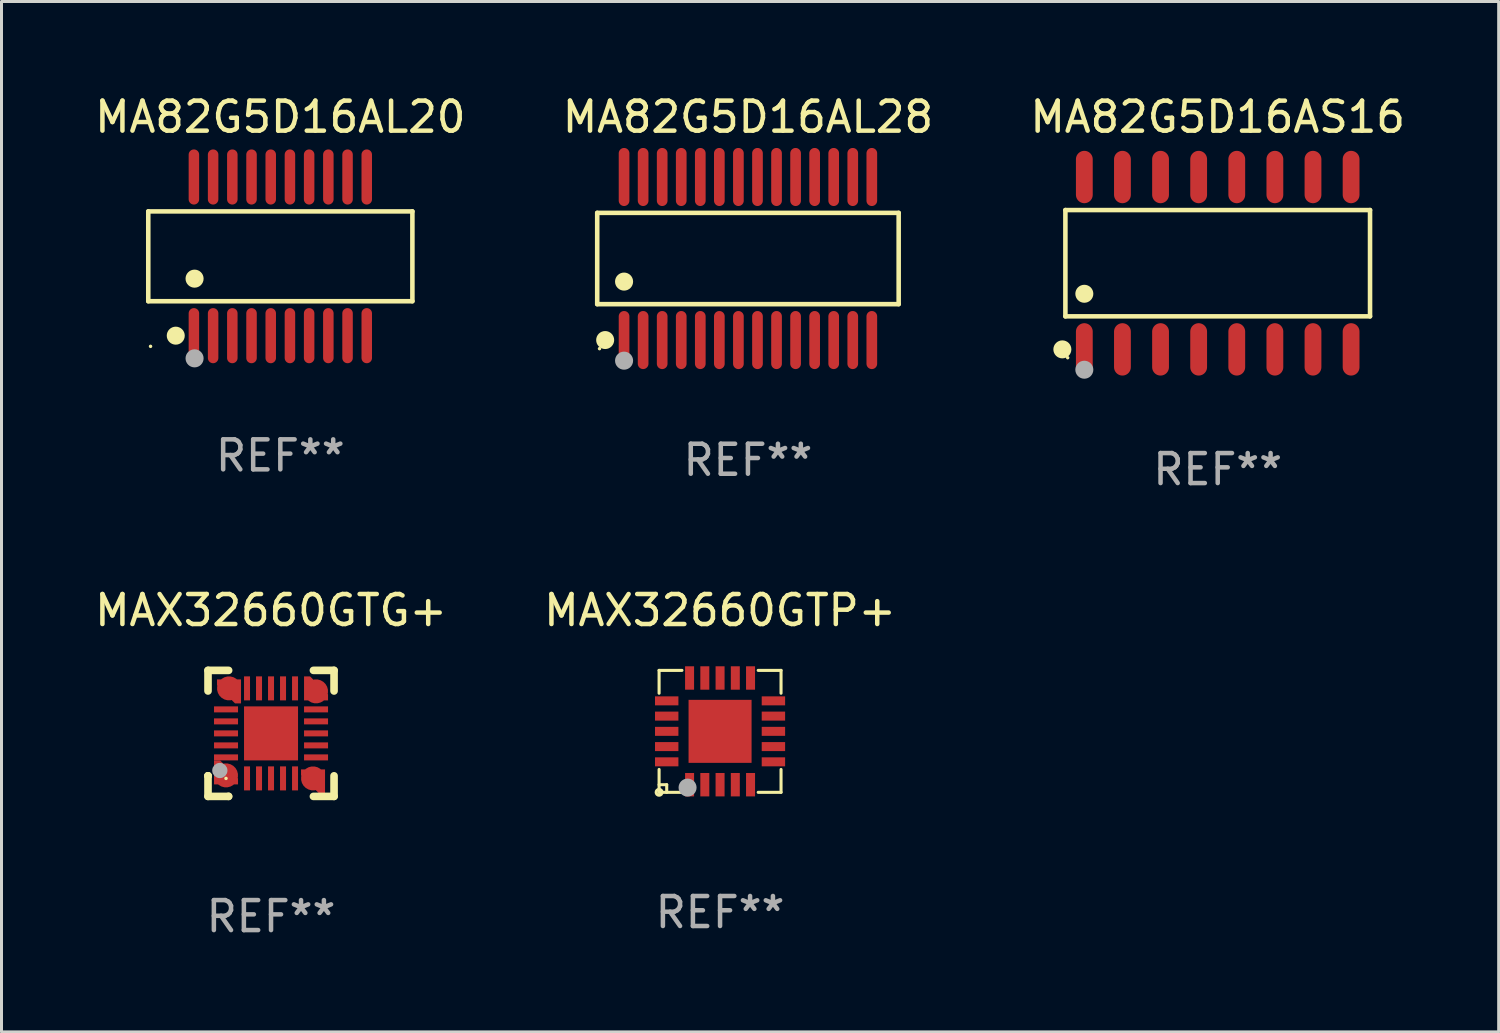
<source format=kicad_pcb>
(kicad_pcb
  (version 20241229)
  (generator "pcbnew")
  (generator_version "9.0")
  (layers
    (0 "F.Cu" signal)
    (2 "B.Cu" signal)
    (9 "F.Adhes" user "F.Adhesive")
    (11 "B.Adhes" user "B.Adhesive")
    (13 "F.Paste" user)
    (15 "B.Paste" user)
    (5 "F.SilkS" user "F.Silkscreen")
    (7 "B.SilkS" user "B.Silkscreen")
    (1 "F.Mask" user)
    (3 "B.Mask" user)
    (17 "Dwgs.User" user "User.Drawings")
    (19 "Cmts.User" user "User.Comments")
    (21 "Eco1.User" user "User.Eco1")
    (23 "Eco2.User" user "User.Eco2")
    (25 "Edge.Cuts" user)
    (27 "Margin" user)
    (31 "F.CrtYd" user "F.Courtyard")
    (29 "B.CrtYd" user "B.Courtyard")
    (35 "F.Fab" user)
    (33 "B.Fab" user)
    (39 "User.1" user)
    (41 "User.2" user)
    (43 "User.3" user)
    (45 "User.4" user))
  (footprint "MAX32660GTG+"
    (layer "F.Cu")
    (at 5.982 21.39)
    (property "Reference" "MAX32660GTG+" (at 0 -4.1 0) (layer "F.SilkS") (effects (font (size 1 1) (thickness 0.15))))
    (attr through_hole)
    (fp_line (start -2.1 -2.1) (end -1.413 -2.1) (stroke (width 0.254) (type solid)) (layer "F.SilkS"))
    (fp_line (start -2.1 -1.413) (end -2.1 -2.1) (stroke (width 0.254) (type solid)) (layer "F.SilkS"))
    (fp_line (start -2.1 1.413) (end -2.1 1.414) (stroke (width 0.254) (type solid)) (layer "F.SilkS"))
    (fp_line (start -2.1 1.414) (end -2.098 1.416) (stroke (width 0.254) (type solid)) (layer "F.SilkS"))
    (fp_line (start -2.1 2.1) (end -2.1 1.413) (stroke (width 0.254) (type solid)) (layer "F.SilkS"))
    (fp_line (start -1.415 2.098) (end -1.414 2.1) (stroke (width 0.254) (type solid)) (layer "F.SilkS"))
    (fp_line (start -1.414 2.1) (end -2.1 2.1) (stroke (width 0.254) (type solid)) (layer "F.SilkS"))
    (fp_line (start 1.413 -2.1) (end 2.1 -2.1) (stroke (width 0.254) (type solid)) (layer "F.SilkS"))
    (fp_line (start 2.1 -2.1) (end 2.1 -1.413) (stroke (width 0.254) (type solid)) (layer "F.SilkS"))
    (fp_line (start 2.1 1.414) (end 2.1 2.1) (stroke (width 0.254) (type solid)) (layer "F.SilkS"))
    (fp_line (start 2.1 2.1) (end 1.413 2.1) (stroke (width 0.254) (type solid)) (layer "F.SilkS"))
    (fp_circle (center -1.5 1.5) (end -1.47 1.5) (stroke (width 0.06) (type solid)) (fill no) (layer "F.SilkS"))
    (fp_circle (center -1.706 1.237) (end -1.579 1.237) (stroke (width 0.254) (type solid)) (fill no) (layer "F.Fab"))
    (fp_text user "REF**" (at 0 6.1 0) (layer "F.Fab") (effects (font (size 1 1) (thickness 0.15))))
    (pad "1" smd custom (at -1.5 1.4 180) (size 0.8 0.8) (layers "F.Cu" "F.Mask" "F.Paste") (options (anchor circle)) (primitives (gr_poly (pts (xy 0.4 0.5) (xy 0.4 -0.3) (xy -0.4 -0.3) (xy -0.4 -0.1) (xy 0.2 0.5)) (width 0) (fill yes))))
    (pad "2" smd rect (at -0.8 1.5) (size 0.2 0.8) (layers "F.Cu" "F.Mask" "F.Paste"))
    (pad "3" smd rect (at -0.4 1.5) (size 0.2 0.8) (layers "F.Cu" "F.Mask" "F.Paste"))
    (pad "4" smd rect (at 0.000127 1.5) (size 0.2 0.8) (layers "F.Cu" "F.Mask" "F.Paste"))
    (pad "5" smd rect (at 0.4 1.5) (size 0.2 0.8) (layers "F.Cu" "F.Mask" "F.Paste"))
    (pad "6" smd rect (at 0.8 1.5) (size 0.2 0.8) (layers "F.Cu" "F.Mask" "F.Paste"))
    (pad "7" smd custom (at 1.4 1.5 270) (size 0.8 0.8) (layers "F.Cu" "F.Mask" "F.Paste") (options (anchor circle)) (primitives (gr_poly (pts (xy 0.5 -0.4) (xy -0.3 -0.4) (xy -0.3 0.4) (xy -0.1 0.4) (xy 0.5 -0.2)) (width 0) (fill yes))))
    (pad "8" smd rect (at 1.5 0.8) (size 0.8 0.2) (layers "F.Cu" "F.Mask" "F.Paste"))
    (pad "9" smd rect (at 1.5 0.4) (size 0.8 0.2) (layers "F.Cu" "F.Mask" "F.Paste"))
    (pad "10" smd rect (at 1.5 0.000127) (size 0.8 0.2) (layers "F.Cu" "F.Mask" "F.Paste"))
    (pad "11" smd rect (at 1.5 -0.4) (size 0.8 0.2) (layers "F.Cu" "F.Mask" "F.Paste"))
    (pad "12" smd rect (at 1.5 -0.8) (size 0.8 0.2) (layers "F.Cu" "F.Mask" "F.Paste"))
    (pad "13" smd custom (at 1.5 -1.4) (size 0.8 0.8) (layers "F.Cu" "F.Mask" "F.Paste") (options (anchor circle)) (primitives (gr_poly (pts (xy -0.4 -0.5) (xy -0.4 0.3) (xy 0.4 0.3) (xy 0.4 0.1) (xy -0.2 -0.5)) (width 0) (fill yes))))
    (pad "14" smd rect (at 0.8 -1.5) (size 0.2 0.8) (layers "F.Cu" "F.Mask" "F.Paste"))
    (pad "15" smd rect (at 0.4 -1.5) (size 0.2 0.8) (layers "F.Cu" "F.Mask" "F.Paste"))
    (pad "16" smd rect (at 0.000127 -1.5) (size 0.2 0.8) (layers "F.Cu" "F.Mask" "F.Paste"))
    (pad "17" smd rect (at -0.4 -1.5) (size 0.2 0.8) (layers "F.Cu" "F.Mask" "F.Paste"))
    (pad "18" smd rect (at -0.8 -1.5) (size 0.2 0.8) (layers "F.Cu" "F.Mask" "F.Paste"))
    (pad "19" smd custom (at -1.4 -1.5 90) (size 0.8 0.8) (layers "F.Cu" "F.Mask" "F.Paste") (options (anchor circle)) (primitives (gr_poly (pts (xy -0.5 0.4) (xy 0.3 0.4) (xy 0.3 -0.4) (xy 0.1 -0.4) (xy -0.5 0.2)) (width 0) (fill yes))))
    (pad "20" smd rect (at -1.5 -0.8) (size 0.8 0.2) (layers "F.Cu" "F.Mask" "F.Paste"))
    (pad "21" smd rect (at -1.5 -0.4) (size 0.8 0.2) (layers "F.Cu" "F.Mask" "F.Paste"))
    (pad "22" smd rect (at -1.5 0.000127) (size 0.8 0.2) (layers "F.Cu" "F.Mask" "F.Paste"))
    (pad "23" smd rect (at -1.5 0.4) (size 0.8 0.2) (layers "F.Cu" "F.Mask" "F.Paste"))
    (pad "24" smd rect (at -1.5 0.8 180) (size 0.8 0.2) (layers "F.Cu" "F.Mask" "F.Paste"))
    (pad "25" smd rect (at 0.000127 0.000127) (size 1.8 1.8) (layers "F.Cu" "F.Mask" "F.Paste")))
  (footprint "MA82G5D16AL20"
    (layer "F.Cu")
    (at 6.292 5.492)
    (property "Reference" "MA82G5D16AL20" (at 0 -4.644 0) (layer "F.SilkS") (effects (font (size 1 1) (thickness 0.15))))
    (attr through_hole)
    (fp_line (start -4.401 -1.497) (end 4.401 -1.497) (stroke (width 0.152) (type solid)) (layer "F.SilkS"))
    (fp_line (start -4.401 1.496) (end -4.401 -1.497) (stroke (width 0.152) (type solid)) (layer "F.SilkS"))
    (fp_line (start 4.401 -1.497) (end 4.401 1.496) (stroke (width 0.152) (type solid)) (layer "F.SilkS"))
    (fp_line (start 4.401 1.496) (end -4.401 1.496) (stroke (width 0.152) (type solid)) (layer "F.SilkS"))
    (fp_circle (center -4.325 3) (end -4.295 3) (stroke (width 0.06) (type solid)) (fill no) (layer "F.SilkS"))
    (fp_circle (center -3.485 2.644) (end -3.335 2.644) (stroke (width 0.3) (type solid)) (fill no) (layer "F.SilkS"))
    (fp_circle (center -2.858 0.744) (end -2.707 0.744) (stroke (width 0.3) (type solid)) (fill no) (layer "F.SilkS"))
    (fp_circle (center -2.858 3.4) (end -2.707 3.4) (stroke (width 0.3) (type solid)) (fill no) (layer "F.Fab"))
    (fp_text user "REF**" (at 0 6.644 0) (layer "F.Fab") (effects (font (size 1 1) (thickness 0.15))))
    (pad "1" smd oval (at -2.88 2.644) (size 0.35 1.837) (layers "F.Cu" "F.Mask" "F.Paste"))
    (pad "2" smd oval (at -2.24 2.644) (size 0.35 1.837) (layers "F.Cu" "F.Mask" "F.Paste"))
    (pad "3" smd oval (at -1.6 2.644) (size 0.35 1.837) (layers "F.Cu" "F.Mask" "F.Paste"))
    (pad "4" smd oval (at -0.96 2.644) (size 0.35 1.837) (layers "F.Cu" "F.Mask" "F.Paste"))
    (pad "5" smd oval (at -0.32 2.644) (size 0.35 1.837) (layers "F.Cu" "F.Mask" "F.Paste"))
    (pad "6" smd oval (at 0.32 2.644) (size 0.35 1.837) (layers "F.Cu" "F.Mask" "F.Paste"))
    (pad "7" smd oval (at 0.96 2.644) (size 0.35 1.837) (layers "F.Cu" "F.Mask" "F.Paste"))
    (pad "8" smd oval (at 1.6 2.644) (size 0.35 1.837) (layers "F.Cu" "F.Mask" "F.Paste"))
    (pad "9" smd oval (at 2.24 2.644) (size 0.35 1.837) (layers "F.Cu" "F.Mask" "F.Paste"))
    (pad "10" smd oval (at 2.88 2.644) (size 0.35 1.837) (layers "F.Cu" "F.Mask" "F.Paste"))
    (pad "11" smd oval (at 2.88 -2.644 180) (size 0.35 1.837) (layers "F.Cu" "F.Mask" "F.Paste"))
    (pad "12" smd oval (at 2.24 -2.644 180) (size 0.35 1.837) (layers "F.Cu" "F.Mask" "F.Paste"))
    (pad "13" smd oval (at 1.6 -2.644 180) (size 0.35 1.837) (layers "F.Cu" "F.Mask" "F.Paste"))
    (pad "14" smd oval (at 0.96 -2.644 180) (size 0.35 1.837) (layers "F.Cu" "F.Mask" "F.Paste"))
    (pad "15" smd oval (at 0.32 -2.644 180) (size 0.35 1.837) (layers "F.Cu" "F.Mask" "F.Paste"))
    (pad "16" smd oval (at -0.32 -2.644 180) (size 0.35 1.837) (layers "F.Cu" "F.Mask" "F.Paste"))
    (pad "17" smd oval (at -0.96 -2.644 180) (size 0.35 1.837) (layers "F.Cu" "F.Mask" "F.Paste"))
    (pad "18" smd oval (at -1.6 -2.644 180) (size 0.35 1.837) (layers "F.Cu" "F.Mask" "F.Paste"))
    (pad "19" smd oval (at -2.24 -2.644 180) (size 0.35 1.837) (layers "F.Cu" "F.Mask" "F.Paste"))
    (pad "20" smd oval (at -2.88 -2.644 180) (size 0.35 1.837) (layers "F.Cu" "F.Mask" "F.Paste")))
  (footprint "MAX32660GTP+"
    (layer "F.Cu")
    (at 20.946 21.322)
    (property "Reference" "MAX32660GTP+" (at 0 -4.032 0) (layer "F.SilkS") (effects (font (size 1 1) (thickness 0.15))))
    (attr through_hole)
    (fp_line (start -2.032 -2.032) (end -1.27 -2.032) (stroke (width 0.102) (type solid)) (layer "F.SilkS"))
    (fp_line (start -2.032 -1.27) (end -2.032 -2.032) (stroke (width 0.102) (type solid)) (layer "F.SilkS"))
    (fp_line (start -2.032 1.778) (end -1.778 1.778) (stroke (width 0.102) (type solid)) (layer "F.SilkS"))
    (fp_line (start -2.032 2.032) (end -2.032 1.27) (stroke (width 0.102) (type solid)) (layer "F.SilkS"))
    (fp_line (start -1.778 1.778) (end -1.778 2.032) (stroke (width 0.102) (type solid)) (layer "F.SilkS"))
    (fp_line (start -1.27 2.032) (end -2.032 2.032) (stroke (width 0.102) (type solid)) (layer "F.SilkS"))
    (fp_line (start 1.27 -2.032) (end 2.032 -2.032) (stroke (width 0.102) (type solid)) (layer "F.SilkS"))
    (fp_line (start 1.27 2.032) (end 2.032 2.032) (stroke (width 0.102) (type solid)) (layer "F.SilkS"))
    (fp_line (start 2.032 -2.032) (end 2.032 -1.27) (stroke (width 0.102) (type solid)) (layer "F.SilkS"))
    (fp_line (start 2.032 2.032) (end 2.032 1.27) (stroke (width 0.102) (type solid)) (layer "F.SilkS"))
    (fp_circle (center -2.032 2.032) (end -1.933 2.032) (stroke (width 0.1) (type solid)) (fill no) (layer "F.SilkS"))
    (fp_circle (center -2.002 2) (end -1.972 2) (stroke (width 0.06) (type solid)) (fill no) (layer "F.SilkS"))
    (fp_circle (center -1.083 1.874) (end -0.933 1.874) (stroke (width 0.3) (type solid)) (fill no) (layer "F.Fab"))
    (fp_text user "REF**" (at 0 6.032 0) (layer "F.Fab") (effects (font (size 1 1) (thickness 0.15))))
    (pad "1" smd rect (at -1.016 1.778 180) (size 0.3 0.78) (layers "F.Cu" "F.Mask" "F.Paste"))
    (pad "2" smd rect (at -0.508 1.778 180) (size 0.3 0.78) (layers "F.Cu" "F.Mask" "F.Paste"))
    (pad "3" smd rect (at 0.000254 1.778 180) (size 0.3 0.78) (layers "F.Cu" "F.Mask" "F.Paste"))
    (pad "4" smd rect (at 0.508 1.778 180) (size 0.3 0.78) (layers "F.Cu" "F.Mask" "F.Paste"))
    (pad "5" smd rect (at 1.016 1.778 180) (size 0.3 0.78) (layers "F.Cu" "F.Mask" "F.Paste"))
    (pad "6" smd rect (at 1.778 1.016 270) (size 0.3 0.78) (layers "F.Cu" "F.Mask" "F.Paste"))
    (pad "7" smd rect (at 1.778 0.508 270) (size 0.3 0.78) (layers "F.Cu" "F.Mask" "F.Paste"))
    (pad "8" smd rect (at 1.778 0 270) (size 0.3 0.78) (layers "F.Cu" "F.Mask" "F.Paste"))
    (pad "9" smd rect (at 1.778 -0.508 270) (size 0.3 0.78) (layers "F.Cu" "F.Mask" "F.Paste"))
    (pad "10" smd rect (at 1.778 -1.016 270) (size 0.3 0.78) (layers "F.Cu" "F.Mask" "F.Paste"))
    (pad "11" smd rect (at 1.016 -1.778) (size 0.3 0.78) (layers "F.Cu" "F.Mask" "F.Paste"))
    (pad "12" smd rect (at 0.508 -1.778) (size 0.3 0.78) (layers "F.Cu" "F.Mask" "F.Paste"))
    (pad "13" smd rect (at 0.000254 -1.778) (size 0.3 0.78) (layers "F.Cu" "F.Mask" "F.Paste"))
    (pad "14" smd rect (at -0.508 -1.778) (size 0.3 0.78) (layers "F.Cu" "F.Mask" "F.Paste"))
    (pad "15" smd rect (at -1.016 -1.778) (size 0.3 0.78) (layers "F.Cu" "F.Mask" "F.Paste"))
    (pad "16" smd rect (at -1.778 -1.016 90) (size 0.3 0.78) (layers "F.Cu" "F.Mask" "F.Paste"))
    (pad "17" smd rect (at -1.778 -0.508 90) (size 0.3 0.78) (layers "F.Cu" "F.Mask" "F.Paste"))
    (pad "18" smd rect (at -1.778 0 90) (size 0.3 0.78) (layers "F.Cu" "F.Mask" "F.Paste"))
    (pad "19" smd rect (at -1.778 0.508 90) (size 0.3 0.78) (layers "F.Cu" "F.Mask" "F.Paste"))
    (pad "20" smd rect (at -1.778 1.016 90) (size 0.3 0.78) (layers "F.Cu" "F.Mask" "F.Paste"))
    (pad "21" smd rect (at 0 0 90) (size 2.1 2.1) (layers "F.Cu" "F.Mask" "F.Paste")))
  (footprint "MA82G5D16AL28"
    (layer "F.Cu")
    (at 21.875 5.565)
    (property "Reference" "MA82G5D16AL28" (at 0 -4.717 0) (layer "F.SilkS") (effects (font (size 1 1) (thickness 0.15))))
    (attr through_hole)
    (fp_line (start -5.023 -1.521) (end 5.023 -1.521) (stroke (width 0.152) (type solid)) (layer "F.SilkS"))
    (fp_line (start -5.023 1.521) (end -5.023 -1.521) (stroke (width 0.152) (type solid)) (layer "F.SilkS"))
    (fp_line (start 5.023 -1.521) (end 5.023 1.521) (stroke (width 0.152) (type solid)) (layer "F.SilkS"))
    (fp_line (start 5.023 1.521) (end -5.023 1.521) (stroke (width 0.152) (type solid)) (layer "F.SilkS"))
    (fp_circle (center -4.946 3.004) (end -4.916 3.004) (stroke (width 0.06) (type solid)) (fill no) (layer "F.SilkS"))
    (fp_circle (center -4.758 2.717) (end -4.608 2.717) (stroke (width 0.3) (type solid)) (fill no) (layer "F.SilkS"))
    (fp_circle (center -4.128 0.769) (end -3.977 0.769) (stroke (width 0.3) (type solid)) (fill no) (layer "F.SilkS"))
    (fp_circle (center -4.128 3.404) (end -3.977 3.404) (stroke (width 0.3) (type solid)) (fill no) (layer "F.Fab"))
    (fp_text user "REF**" (at 0 6.717 0) (layer "F.Fab") (effects (font (size 1 1) (thickness 0.15))))
    (pad "1" smd oval (at -4.128 2.717) (size 0.356 1.935) (layers "F.Cu" "F.Mask" "F.Paste"))
    (pad "2" smd oval (at -3.493 2.717) (size 0.356 1.935) (layers "F.Cu" "F.Mask" "F.Paste"))
    (pad "3" smd oval (at -2.858 2.717) (size 0.356 1.935) (layers "F.Cu" "F.Mask" "F.Paste"))
    (pad "4" smd oval (at -2.223 2.717) (size 0.356 1.935) (layers "F.Cu" "F.Mask" "F.Paste"))
    (pad "5" smd oval (at -1.588 2.717) (size 0.356 1.935) (layers "F.Cu" "F.Mask" "F.Paste"))
    (pad "6" smd oval (at -0.953 2.717) (size 0.356 1.935) (layers "F.Cu" "F.Mask" "F.Paste"))
    (pad "7" smd oval (at -0.318 2.717) (size 0.356 1.935) (layers "F.Cu" "F.Mask" "F.Paste"))
    (pad "8" smd oval (at 0.318 2.717) (size 0.356 1.935) (layers "F.Cu" "F.Mask" "F.Paste"))
    (pad "9" smd oval (at 0.953 2.717) (size 0.356 1.935) (layers "F.Cu" "F.Mask" "F.Paste"))
    (pad "10" smd oval (at 1.588 2.717) (size 0.356 1.935) (layers "F.Cu" "F.Mask" "F.Paste"))
    (pad "11" smd oval (at 2.223 2.717) (size 0.356 1.935) (layers "F.Cu" "F.Mask" "F.Paste"))
    (pad "12" smd oval (at 2.858 2.717) (size 0.356 1.935) (layers "F.Cu" "F.Mask" "F.Paste"))
    (pad "13" smd oval (at 3.493 2.717) (size 0.356 1.935) (layers "F.Cu" "F.Mask" "F.Paste"))
    (pad "14" smd oval (at 4.128 2.717) (size 0.356 1.935) (layers "F.Cu" "F.Mask" "F.Paste"))
    (pad "15" smd oval (at 4.128 -2.717) (size 0.356 1.935) (layers "F.Cu" "F.Mask" "F.Paste"))
    (pad "16" smd oval (at 3.493 -2.717) (size 0.356 1.935) (layers "F.Cu" "F.Mask" "F.Paste"))
    (pad "17" smd oval (at 2.858 -2.717) (size 0.356 1.935) (layers "F.Cu" "F.Mask" "F.Paste"))
    (pad "18" smd oval (at 2.223 -2.717) (size 0.356 1.935) (layers "F.Cu" "F.Mask" "F.Paste"))
    (pad "19" smd oval (at 1.588 -2.717) (size 0.356 1.935) (layers "F.Cu" "F.Mask" "F.Paste"))
    (pad "20" smd oval (at 0.953 -2.717) (size 0.356 1.935) (layers "F.Cu" "F.Mask" "F.Paste"))
    (pad "21" smd oval (at 0.318 -2.717) (size 0.356 1.935) (layers "F.Cu" "F.Mask" "F.Paste"))
    (pad "22" smd oval (at -0.318 -2.717) (size 0.356 1.935) (layers "F.Cu" "F.Mask" "F.Paste"))
    (pad "23" smd oval (at -0.953 -2.717) (size 0.356 1.935) (layers "F.Cu" "F.Mask" "F.Paste"))
    (pad "24" smd oval (at -1.588 -2.717) (size 0.356 1.935) (layers "F.Cu" "F.Mask" "F.Paste"))
    (pad "25" smd oval (at -2.223 -2.717) (size 0.356 1.935) (layers "F.Cu" "F.Mask" "F.Paste"))
    (pad "26" smd oval (at -2.858 -2.717) (size 0.356 1.935) (layers "F.Cu" "F.Mask" "F.Paste"))
    (pad "27" smd oval (at -3.493 -2.717) (size 0.356 1.935) (layers "F.Cu" "F.Mask" "F.Paste"))
    (pad "28" smd oval (at -4.128 -2.717) (size 0.356 1.935) (layers "F.Cu" "F.Mask" "F.Paste")))
  (footprint "MA82G5D16AS16"
    (layer "F.Cu")
    (at 37.53 5.721)
    (property "Reference" "MA82G5D16AS16" (at 0 -4.872 0) (layer "F.SilkS") (effects (font (size 1 1) (thickness 0.15))))
    (attr through_hole)
    (fp_line (start -5.076 -1.771) (end 5.076 -1.771) (stroke (width 0.152) (type solid)) (layer "F.SilkS"))
    (fp_line (start -5.076 1.771) (end -5.076 -1.771) (stroke (width 0.152) (type solid)) (layer "F.SilkS"))
    (fp_line (start 5.076 -1.771) (end 5.076 1.771) (stroke (width 0.152) (type solid)) (layer "F.SilkS"))
    (fp_line (start 5.076 1.771) (end -5.076 1.771) (stroke (width 0.152) (type solid)) (layer "F.SilkS"))
    (fp_circle (center -5.177 2.872) (end -5.027 2.872) (stroke (width 0.3) (type solid)) (fill no) (layer "F.SilkS"))
    (fp_circle (center -5 3.15) (end -4.97 3.15) (stroke (width 0.06) (type solid)) (fill no) (layer "F.SilkS"))
    (fp_circle (center -4.445 1.019) (end -4.295 1.019) (stroke (width 0.3) (type solid)) (fill no) (layer "F.SilkS"))
    (fp_circle (center -4.445 3.55) (end -4.295 3.55) (stroke (width 0.3) (type solid)) (fill no) (layer "F.Fab"))
    (fp_text user "REF**" (at 0 6.872 0) (layer "F.Fab") (effects (font (size 1 1) (thickness 0.15))))
    (pad "1" smd oval (at -4.445 2.872) (size 0.56 1.745) (layers "F.Cu" "F.Mask" "F.Paste"))
    (pad "2" smd oval (at -3.175 2.872) (size 0.56 1.745) (layers "F.Cu" "F.Mask" "F.Paste"))
    (pad "3" smd oval (at -1.905 2.872) (size 0.56 1.745) (layers "F.Cu" "F.Mask" "F.Paste"))
    (pad "4" smd oval (at -0.635 2.872) (size 0.56 1.745) (layers "F.Cu" "F.Mask" "F.Paste"))
    (pad "5" smd oval (at 0.635 2.872) (size 0.56 1.745) (layers "F.Cu" "F.Mask" "F.Paste"))
    (pad "6" smd oval (at 1.905 2.872) (size 0.56 1.745) (layers "F.Cu" "F.Mask" "F.Paste"))
    (pad "7" smd oval (at 3.175 2.872) (size 0.56 1.745) (layers "F.Cu" "F.Mask" "F.Paste"))
    (pad "8" smd oval (at 4.445 2.872) (size 0.56 1.745) (layers "F.Cu" "F.Mask" "F.Paste"))
    (pad "9" smd oval (at 4.445 -2.872) (size 0.56 1.745) (layers "F.Cu" "F.Mask" "F.Paste"))
    (pad "10" smd oval (at 3.175 -2.872) (size 0.56 1.745) (layers "F.Cu" "F.Mask" "F.Paste"))
    (pad "11" smd oval (at 1.905 -2.872) (size 0.56 1.745) (layers "F.Cu" "F.Mask" "F.Paste"))
    (pad "12" smd oval (at 0.635 -2.872) (size 0.56 1.745) (layers "F.Cu" "F.Mask" "F.Paste"))
    (pad "13" smd oval (at -0.635 -2.872) (size 0.56 1.745) (layers "F.Cu" "F.Mask" "F.Paste"))
    (pad "14" smd oval (at -1.905 -2.872) (size 0.56 1.745) (layers "F.Cu" "F.Mask" "F.Paste"))
    (pad "15" smd oval (at -3.175 -2.872) (size 0.56 1.745) (layers "F.Cu" "F.Mask" "F.Paste"))
    (pad "16" smd oval (at -4.445 -2.872) (size 0.56 1.745) (layers "F.Cu" "F.Mask" "F.Paste")))
  (gr_rect
    (start -3 -3)
    (end 46.893 31.338)
    (stroke (width 0.1) (type default))
    (fill no)
    (layer "Edge.Cuts")))
</source>
